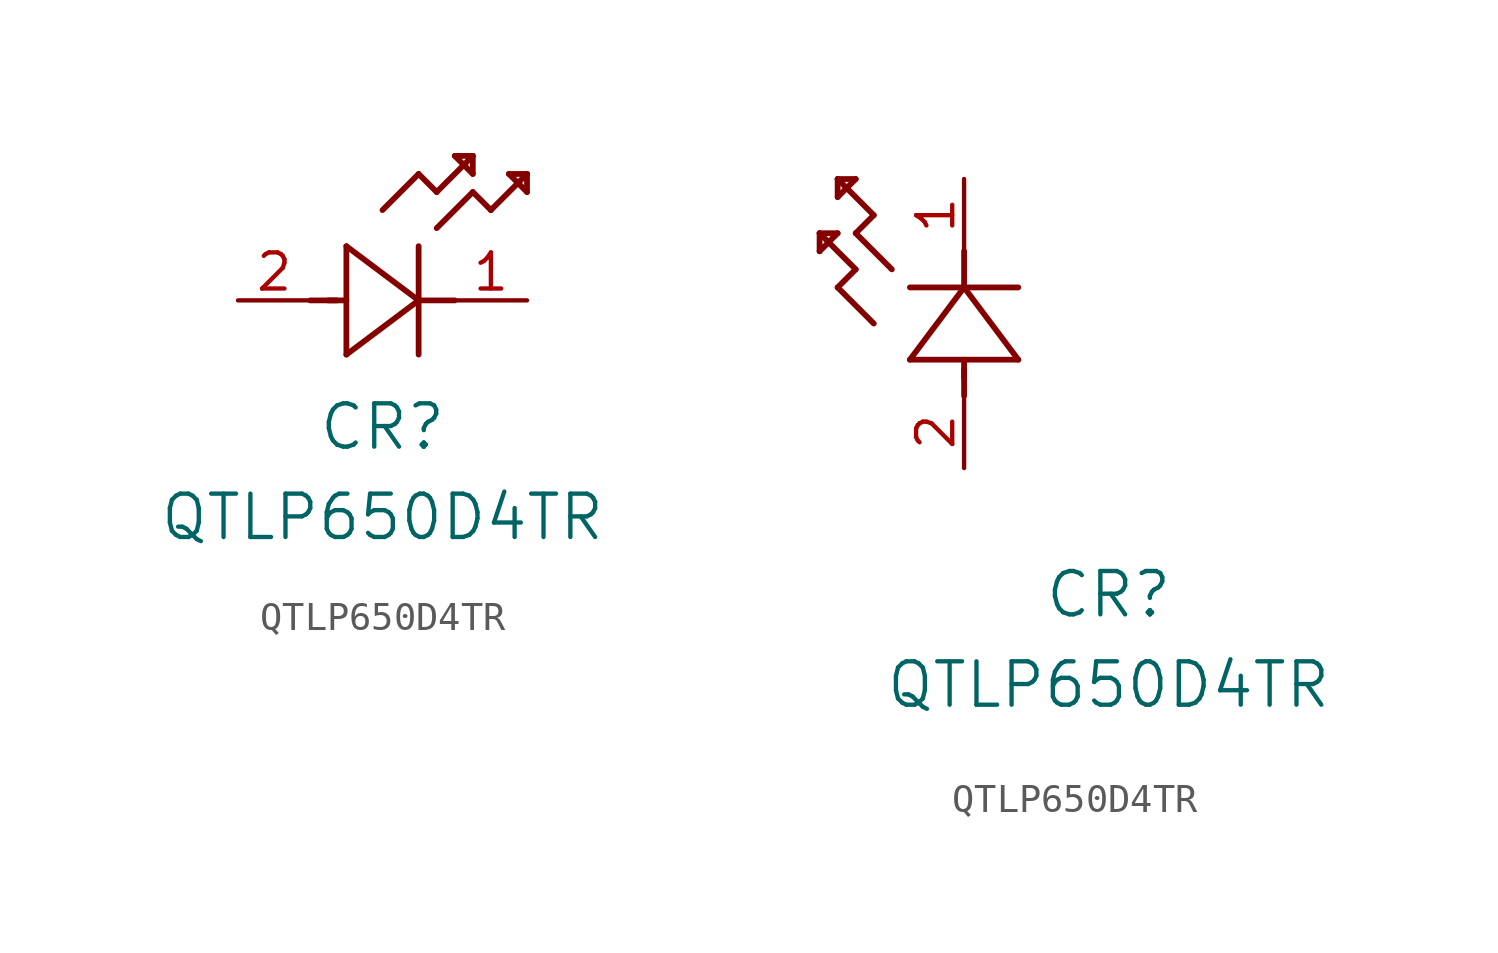
<source format=kicad_sym>
(kicad_symbol_lib
  (version 20231120)
  (generator "kicad_symbol_editor")
  (generator_version "8.0")
  (symbol "QTLP650D4TR"
    (pin_names
      (offset 0.254))
    (property "Reference" "CR"
      (at 5.08 -4.445 0)
      (effects (font (size 1.524 1.524))))
    (property "Value" "QTLP650D4TR"
      (at 5.08 -7.62 0)
      (effects (font (size 1.524 1.524))))
    (symbol "QTLP650D4TR_1_1"
      (polyline (pts (xy 2.54 0) (xy 3.48 0)) (stroke (width 0.203) (type default)) (fill (type none)))
      (polyline (pts (xy 3.175 0) (xy 3.81 0)) (stroke (width 0.203) (type default)) (fill (type none)))
      (polyline (pts (xy 3.81 -1.905) (xy 6.35 0)) (stroke (width 0.203) (type default)) (fill (type none)))
      (polyline (pts (xy 3.81 1.905) (xy 3.81 -1.905)) (stroke (width 0.203) (type default)) (fill (type none)))
      (polyline (pts (xy 5.08 3.175) (xy 6.35 4.445)) (stroke (width 0.203) (type default)) (fill (type none)))
      (polyline (pts (xy 6.35 -1.905) (xy 6.35 1.905)) (stroke (width 0.203) (type default)) (fill (type none)))
      (polyline (pts (xy 6.35 0) (xy 3.81 1.905)) (stroke (width 0.203) (type default)) (fill (type none)))
      (polyline (pts (xy 6.35 0) (xy 7.62 0)) (stroke (width 0.203) (type default)) (fill (type none)))
      (polyline (pts (xy 6.35 4.445) (xy 6.985 3.81)) (stroke (width 0.203) (type default)) (fill (type none)))
      (polyline (pts (xy 6.985 2.54) (xy 8.255 3.81)) (stroke (width 0.203) (type default)) (fill (type none)))
      (polyline (pts (xy 6.985 3.81) (xy 8.255 5.08)) (stroke (width 0.203) (type default)) (fill (type none)))
      (polyline (pts (xy 7.62 5.08) (xy 8.255 4.445)) (stroke (width 0.203) (type default)) (fill (type none)))
      (polyline (pts (xy 8.255 3.81) (xy 8.89 3.175)) (stroke (width 0.203) (type default)) (fill (type none)))
      (polyline (pts (xy 8.255 4.445) (xy 8.255 5.08)) (stroke (width 0.203) (type default)) (fill (type none)))
      (polyline (pts (xy 8.255 5.08) (xy 7.62 5.08)) (stroke (width 0.203) (type default)) (fill (type none)))
      (polyline (pts (xy 8.89 3.175) (xy 10.16 4.445)) (stroke (width 0.203) (type default)) (fill (type none)))
      (polyline (pts (xy 9.525 4.445) (xy 10.16 3.81)) (stroke (width 0.203) (type default)) (fill (type none)))
      (polyline (pts (xy 10.16 3.81) (xy 10.16 4.445)) (stroke (width 0.203) (type default)) (fill (type none)))
      (polyline (pts (xy 10.16 4.445) (xy 9.525 4.445)) (stroke (width 0.203) (type default)) (fill (type none)))
      (pin unspecified line (at 10.16 0 180) (length 2.54) (name "" (effects (font (size 1.27 1.27)))) (number "1" (effects (font (size 1.27 1.27)))))
      (pin unspecified line (at 0 0 0) (length 2.54) (name "" (effects (font (size 1.27 1.27)))) (number "2" (effects (font (size 1.27 1.27))))))
    (symbol "QTLP650D4TR_1_2"
      (polyline (pts (xy -5.08 7.62) (xy -4.445 8.255)) (stroke (width 0.203) (type default)) (fill (type none)))
      (polyline (pts (xy -5.08 8.255) (xy -5.08 7.62)) (stroke (width 0.203) (type default)) (fill (type none)))
      (polyline (pts (xy -4.445 6.35) (xy -3.81 6.985)) (stroke (width 0.203) (type default)) (fill (type none)))
      (polyline (pts (xy -4.445 8.255) (xy -5.08 8.255)) (stroke (width 0.203) (type default)) (fill (type none)))
      (polyline (pts (xy -4.445 9.525) (xy -3.81 10.16)) (stroke (width 0.203) (type default)) (fill (type none)))
      (polyline (pts (xy -4.445 10.16) (xy -4.445 9.525)) (stroke (width 0.203) (type default)) (fill (type none)))
      (polyline (pts (xy -3.81 6.985) (xy -5.08 8.255)) (stroke (width 0.203) (type default)) (fill (type none)))
      (polyline (pts (xy -3.81 8.255) (xy -3.175 8.89)) (stroke (width 0.203) (type default)) (fill (type none)))
      (polyline (pts (xy -3.81 10.16) (xy -4.445 10.16)) (stroke (width 0.203) (type default)) (fill (type none)))
      (polyline (pts (xy -3.175 5.08) (xy -4.445 6.35)) (stroke (width 0.203) (type default)) (fill (type none)))
      (polyline (pts (xy -3.175 8.89) (xy -4.445 10.16)) (stroke (width 0.203) (type default)) (fill (type none)))
      (polyline (pts (xy -2.54 6.985) (xy -3.81 8.255)) (stroke (width 0.203) (type default)) (fill (type none)))
      (polyline (pts (xy -1.905 3.81) (xy 1.905 3.81)) (stroke (width 0.203) (type default)) (fill (type none)))
      (polyline (pts (xy 0 2.54) (xy 0 3.48)) (stroke (width 0.203) (type default)) (fill (type none)))
      (polyline (pts (xy 0 3.175) (xy 0 3.81)) (stroke (width 0.203) (type default)) (fill (type none)))
      (polyline (pts (xy 0 6.35) (xy -1.905 3.81)) (stroke (width 0.203) (type default)) (fill (type none)))
      (polyline (pts (xy 0 6.35) (xy 0 7.62)) (stroke (width 0.203) (type default)) (fill (type none)))
      (polyline (pts (xy 1.905 3.81) (xy 0 6.35)) (stroke (width 0.203) (type default)) (fill (type none)))
      (polyline (pts (xy 1.905 6.35) (xy -1.905 6.35)) (stroke (width 0.203) (type default)) (fill (type none)))
      (pin unspecified line (at 0 10.16 270) (length 2.54) (name "" (effects (font (size 1.27 1.27)))) (number "1" (effects (font (size 1.27 1.27)))))
      (pin unspecified line (at 0 0 90) (length 2.54) (name "" (effects (font (size 1.27 1.27)))) (number "2" (effects (font (size 1.27 1.27))))))))
</source>
